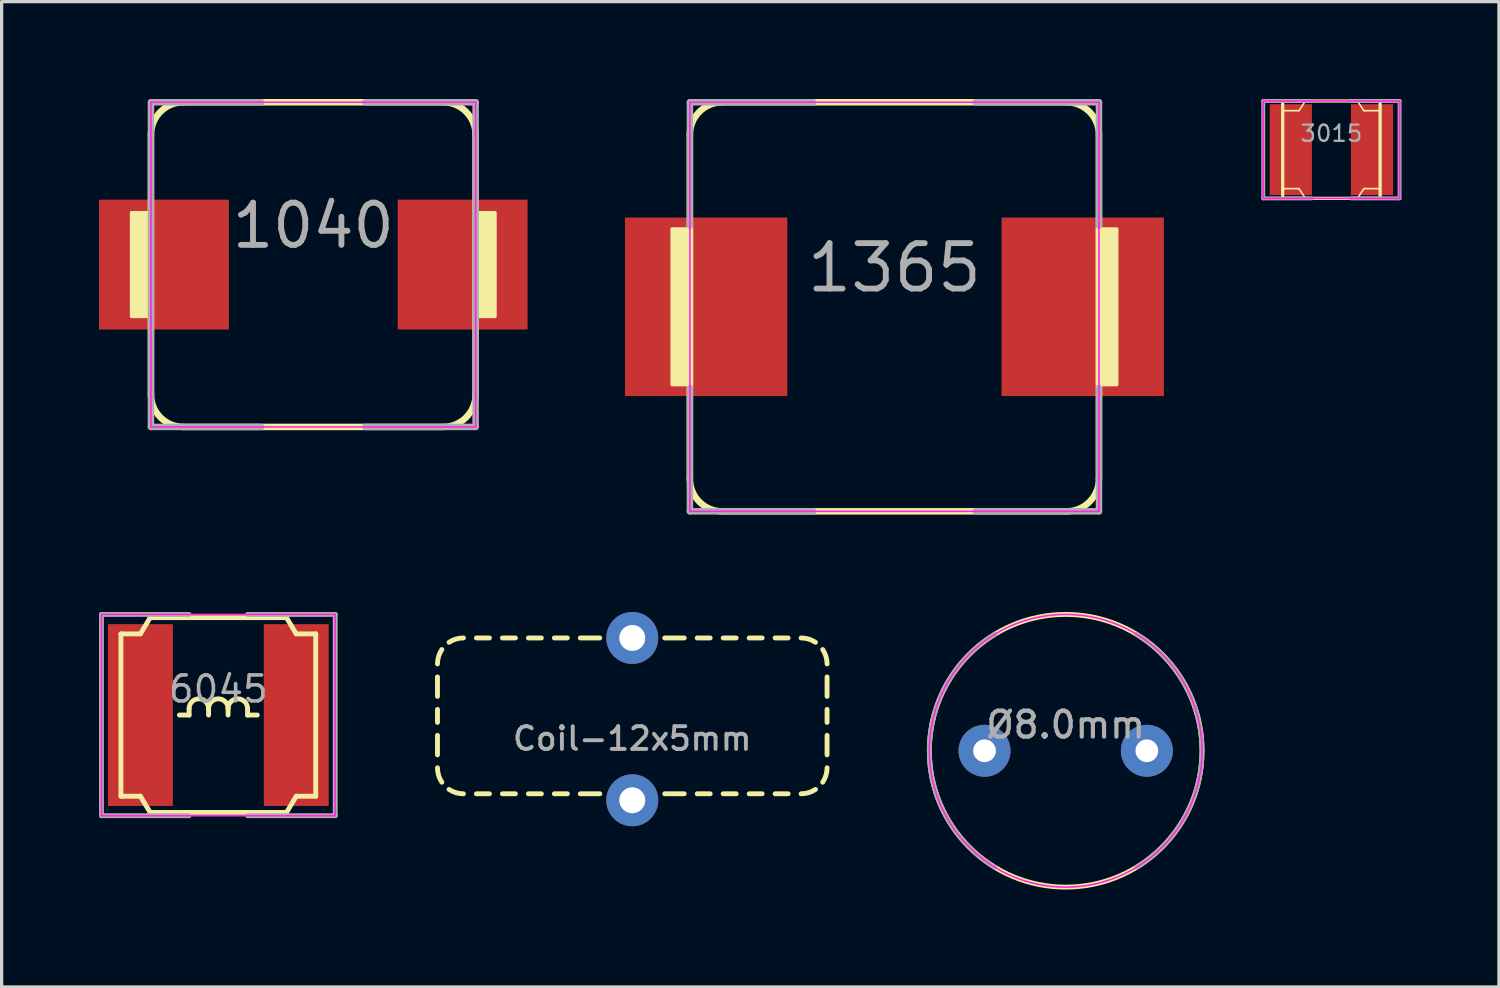
<source format=kicad_pcb>
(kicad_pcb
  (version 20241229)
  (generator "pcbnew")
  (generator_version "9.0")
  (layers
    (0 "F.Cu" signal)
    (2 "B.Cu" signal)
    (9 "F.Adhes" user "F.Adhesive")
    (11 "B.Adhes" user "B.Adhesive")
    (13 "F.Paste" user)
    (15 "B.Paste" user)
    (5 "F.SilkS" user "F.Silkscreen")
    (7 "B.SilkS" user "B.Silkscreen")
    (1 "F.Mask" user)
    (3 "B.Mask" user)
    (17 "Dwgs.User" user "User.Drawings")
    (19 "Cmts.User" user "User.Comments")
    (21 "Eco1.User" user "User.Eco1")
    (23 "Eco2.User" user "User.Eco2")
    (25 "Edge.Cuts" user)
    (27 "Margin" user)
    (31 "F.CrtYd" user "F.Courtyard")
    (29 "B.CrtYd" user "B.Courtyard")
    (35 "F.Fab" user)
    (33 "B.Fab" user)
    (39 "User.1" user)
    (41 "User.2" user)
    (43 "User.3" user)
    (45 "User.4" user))
  (footprint "Coil-12x5mm"
    (layer "F.Cu")
    (at 16.425 19)
    (property "Reference" "Coil-12x5mm" (at 0 0.7 0) (unlocked yes) (layer "F.Fab") (effects (font (size 0.7 0.7) (thickness 0.12) (bold yes))))
    (attr smd)
    (fp_line (start -6 -0.6) (end -6 -1.2) (stroke (width 0.15) (type default)) (layer "F.SilkS"))
    (fp_line (start -6 0.2) (end -6 -0.2) (stroke (width 0.15) (type default)) (layer "F.SilkS"))
    (fp_line (start -6 1.2) (end -6 0.6) (stroke (width 0.15) (type default)) (layer "F.SilkS"))
    (fp_line (start -4.4 -2.4) (end -4.8 -2.4) (stroke (width 0.15) (type default)) (layer "F.SilkS"))
    (fp_line (start -4.4 2.4) (end -4.8 2.4) (stroke (width 0.15) (type default)) (layer "F.SilkS"))
    (fp_line (start -3.6 -2.4) (end -4 -2.4) (stroke (width 0.15) (type default)) (layer "F.SilkS"))
    (fp_line (start -3.6 2.4) (end -4 2.4) (stroke (width 0.15) (type default)) (layer "F.SilkS"))
    (fp_line (start -2.8 -2.4) (end -3.2 -2.4) (stroke (width 0.15) (type default)) (layer "F.SilkS"))
    (fp_line (start -2.8 2.4) (end -3.2 2.4) (stroke (width 0.15) (type default)) (layer "F.SilkS"))
    (fp_line (start -2 -2.4) (end -2.4 -2.4) (stroke (width 0.15) (type default)) (layer "F.SilkS"))
    (fp_line (start -2 2.4) (end -2.4 2.4) (stroke (width 0.15) (type default)) (layer "F.SilkS"))
    (fp_line (start -1 -2.4) (end -1.6 -2.4) (stroke (width 0.15) (type default)) (layer "F.SilkS"))
    (fp_line (start -1 2.4) (end -1.6 2.4) (stroke (width 0.15) (type default)) (layer "F.SilkS"))
    (fp_line (start 1 -2.4) (end 1.6 -2.4) (stroke (width 0.15) (type default)) (layer "F.SilkS"))
    (fp_line (start 1 2.4) (end 1.6 2.4) (stroke (width 0.15) (type default)) (layer "F.SilkS"))
    (fp_line (start 2 -2.4) (end 2.4 -2.4) (stroke (width 0.15) (type default)) (layer "F.SilkS"))
    (fp_line (start 2 2.4) (end 2.4 2.4) (stroke (width 0.15) (type default)) (layer "F.SilkS"))
    (fp_line (start 2.8 -2.4) (end 3.2 -2.4) (stroke (width 0.15) (type default)) (layer "F.SilkS"))
    (fp_line (start 2.8 2.4) (end 3.2 2.4) (stroke (width 0.15) (type default)) (layer "F.SilkS"))
    (fp_line (start 3.6 -2.4) (end 4 -2.4) (stroke (width 0.15) (type default)) (layer "F.SilkS"))
    (fp_line (start 3.6 2.4) (end 4 2.4) (stroke (width 0.15) (type default)) (layer "F.SilkS"))
    (fp_line (start 4.4 -2.4) (end 4.8 -2.4) (stroke (width 0.15) (type default)) (layer "F.SilkS"))
    (fp_line (start 4.4 2.4) (end 4.8 2.4) (stroke (width 0.15) (type default)) (layer "F.SilkS"))
    (fp_line (start 6 -1.2) (end 6 -0.6) (stroke (width 0.15) (type default)) (layer "F.SilkS"))
    (fp_line (start 6 -0.2) (end 6 0.2) (stroke (width 0.15) (type default)) (layer "F.SilkS"))
    (fp_line (start 6 0.6) (end 6 1.2) (stroke (width 0.15) (type default)) (layer "F.SilkS"))
    (fp_arc (start -6 -1.6) (mid -5.965673 -1.831827) (end -5.86564 -2.04376) (stroke (width 0.15) (type default)) (layer "F.SilkS"))
    (fp_arc (start -5.865641 2.04376) (mid -5.965675 1.831827) (end -6.000001 1.6) (stroke (width 0.15) (type default)) (layer "F.SilkS"))
    (fp_arc (start -5.64376 -2.26564) (mid -5.431827 -2.365674) (end -5.2 -2.4) (stroke (width 0.15) (type default)) (layer "F.SilkS"))
    (fp_arc (start -5.200001 2.4) (mid -5.431828 2.365673) (end -5.643761 2.26564) (stroke (width 0.15) (type default)) (layer "F.SilkS"))
    (fp_arc (start 5.200001 -2.4) (mid 5.431828 -2.365673) (end 5.643761 -2.26564) (stroke (width 0.15) (type default)) (layer "F.SilkS"))
    (fp_arc (start 5.64376 2.26564) (mid 5.431827 2.365674) (end 5.2 2.4) (stroke (width 0.15) (type default)) (layer "F.SilkS"))
    (fp_arc (start 5.865641 -2.04376) (mid 5.965675 -1.831827) (end 6.000001 -1.6) (stroke (width 0.15) (type default)) (layer "F.SilkS"))
    (fp_arc (start 6 1.6) (mid 5.965673 1.831827) (end 5.86564 2.04376) (stroke (width 0.15) (type default)) (layer "F.SilkS"))
    (pad "1" thru_hole circle (at 0 -2.4) (size 1.6 1.6) (drill 0.8) (layers "*.Cu" "*.Mask"))
    (pad "2" thru_hole circle (at 0 2.6) (size 1.6 1.6) (drill 0.8) (layers "*.Cu" "*.Mask")))
  (footprint "6045"
    (layer "F.Cu")
    (at 3.675 18.975)
    (property "Reference" "6045" (at 0 -0.8 0) (layer "F.Fab") (effects (font (size 0.8 0.8) (thickness 0.11))))
    (attr through_hole)
    (fp_line (start -3 -2.5) (end -3 2.5) (stroke (width 0.15) (type solid)) (layer "F.SilkS"))
    (fp_line (start -3 2.5) (end -2.4 2.5) (stroke (width 0.15) (type solid)) (layer "F.SilkS"))
    (fp_line (start -2.4 -2.5) (end -3 -2.5) (stroke (width 0.15) (type solid)) (layer "F.SilkS"))
    (fp_line (start -2.4 -2.5) (end -2.1 -3) (stroke (width 0.15) (type solid)) (layer "F.SilkS"))
    (fp_line (start -2.4 2.5) (end -2.1 3) (stroke (width 0.15) (type solid)) (layer "F.SilkS"))
    (fp_line (start -2.1 3) (end 2.1 3) (stroke (width 0.15) (type solid)) (layer "F.SilkS"))
    (fp_line (start -0.9 -0.2) (end -0.9 0) (stroke (width 0.15) (type solid)) (layer "F.SilkS"))
    (fp_line (start -0.9 -0.1) (end -0.9 0) (stroke (width 0.12) (type solid)) (layer "F.SilkS"))
    (fp_line (start -0.9 0) (end -1.2 0) (stroke (width 0.15) (type solid)) (layer "F.SilkS"))
    (fp_line (start -0.3 -0.2) (end -0.3 0) (stroke (width 0.15) (type solid)) (layer "F.SilkS"))
    (fp_line (start 0.3 -0.2) (end 0.3 0) (stroke (width 0.15) (type solid)) (layer "F.SilkS"))
    (fp_line (start 0.9 -0.2) (end 0.9 0) (stroke (width 0.15) (type solid)) (layer "F.SilkS"))
    (fp_line (start 0.9 0) (end 1.2 0) (stroke (width 0.15) (type solid)) (layer "F.SilkS"))
    (fp_line (start 2.1 -3) (end -2.1 -3) (stroke (width 0.15) (type solid)) (layer "F.SilkS"))
    (fp_line (start 2.4 -2.5) (end 2.1 -3) (stroke (width 0.15) (type solid)) (layer "F.SilkS"))
    (fp_line (start 2.4 2.5) (end 2.1 3) (stroke (width 0.15) (type solid)) (layer "F.SilkS"))
    (fp_line (start 2.4 2.5) (end 3 2.5) (stroke (width 0.15) (type solid)) (layer "F.SilkS"))
    (fp_line (start 3 -2.5) (end 2.4 -2.5) (stroke (width 0.15) (type solid)) (layer "F.SilkS"))
    (fp_line (start 3 2.5) (end 3 -2.5) (stroke (width 0.15) (type solid)) (layer "F.SilkS"))
    (fp_arc (start -0.9 -0.2) (mid -0.6 -0.5) (end -0.3 -0.2) (stroke (width 0.15) (type solid)) (layer "F.SilkS"))
    (fp_arc (start -0.3 -0.2) (mid 0 -0.5) (end 0.3 -0.2) (stroke (width 0.15) (type solid)) (layer "F.SilkS"))
    (fp_arc (start 0.3 -0.2) (mid 0.6 -0.5) (end 0.9 -0.2) (stroke (width 0.15) (type solid)) (layer "F.SilkS"))
    (fp_line (start -3.6 -3.1) (end 3.6 -3.1) (stroke (width 0.05) (type solid)) (layer "F.CrtYd"))
    (fp_line (start -3.6 3.1) (end -3.6 -3.1) (stroke (width 0.05) (type solid)) (layer "F.CrtYd"))
    (fp_line (start 3.6 -3.1) (end 3.6 3.1) (stroke (width 0.05) (type solid)) (layer "F.CrtYd"))
    (fp_line (start 3.6 3.1) (end -3.6 3.1) (stroke (width 0.05) (type solid)) (layer "F.CrtYd"))
    (fp_line (start -3.6 3.1) (end -3.6 -3.1) (stroke (width 0.15) (type solid)) (layer "F.Fab"))
    (fp_line (start -0.9 -3.1) (end -3.6 -3.1) (stroke (width 0.15) (type solid)) (layer "F.Fab"))
    (fp_line (start -0.9 3.1) (end -3.6 3.1) (stroke (width 0.15) (type solid)) (layer "F.Fab"))
    (fp_line (start 3.6 -3.1) (end 0.9 -3.1) (stroke (width 0.15) (type solid)) (layer "F.Fab"))
    (fp_line (start 3.6 3.1) (end 0.9 3.1) (stroke (width 0.15) (type solid)) (layer "F.Fab"))
    (fp_line (start 3.6 3.1) (end 3.6 -3.1) (stroke (width 0.15) (type solid)) (layer "F.Fab"))
    (pad "1" smd rect (at -2.4 0 90) (size 5.6 2) (layers "F.Cu" "F.Mask" "F.Paste"))
    (pad "2" smd rect (at 2.4 0 90) (size 5.6 2) (layers "F.Cu" "F.Mask" "F.Paste")))
  (footprint "Ø8.0mm"
    (layer "F.Cu")
    (at 29.775 20.075)
    (property "Reference" "Ø8.0mm" (at 0 -0.8 0) (layer "F.Fab") (effects (font (size 0.8 0.8) (thickness 0.13))))
    (attr through_hole)
    (fp_circle (center 0 0) (end 4.2 0) (stroke (width 0.15) (type solid)) (fill no) (layer "F.SilkS"))
    (fp_circle (center 0 0) (end 4.2 0) (stroke (width 0.05) (type solid)) (fill no) (layer "F.CrtYd"))
    (fp_arc (start -2.19009 3.583784) (mid -4.2 0) (end -2.19009 -3.583784) (stroke (width 0.15) (type default)) (layer "F.Fab"))
    (fp_arc (start 2.19009 -3.583784) (mid 4.2 0) (end 2.19009 3.583784) (stroke (width 0.15) (type default)) (layer "F.Fab"))
    (pad "1" thru_hole circle (at -2.5 0) (size 1.6 1.6) (drill 0.7) (layers "*.Cu" "*.Mask"))
    (pad "2" thru_hole circle (at 2.5 0) (size 1.6 1.6) (drill 0.7) (layers "*.Cu" "*.Mask")))
  (footprint "3015"
    (layer "F.Cu")
    (at 37.96 1.56)
    (property "Reference" "3015" (at 0 -0.5 0) (layer "F.Fab") (effects (font (size 0.5 0.5) (thickness 0.07))))
    (attr through_hole)
    (fp_line (start -1.5 -1.5) (end -1.5 1.5) (stroke (width 0.1) (type solid)) (layer "F.SilkS"))
    (fp_line (start -1.5 -1.5) (end 1.5 -1.5) (stroke (width 0.1) (type solid)) (layer "F.SilkS"))
    (fp_line (start -1.5 -1.2) (end -1 -1.2) (stroke (width 0.05) (type solid)) (layer "F.SilkS"))
    (fp_line (start -1.5 1.2) (end -1 1.2) (stroke (width 0.05) (type solid)) (layer "F.SilkS"))
    (fp_line (start -1 -1.2) (end -0.8 -1.5) (stroke (width 0.05) (type solid)) (layer "F.SilkS"))
    (fp_line (start -1 1.2) (end -0.8 1.5) (stroke (width 0.05) (type solid)) (layer "F.SilkS"))
    (fp_line (start 1 -1.2) (end 0.8 -1.5) (stroke (width 0.05) (type solid)) (layer "F.SilkS"))
    (fp_line (start 1 -1.2) (end 1.5 -1.2) (stroke (width 0.05) (type solid)) (layer "F.SilkS"))
    (fp_line (start 1 1.2) (end 0.8 1.5) (stroke (width 0.05) (type solid)) (layer "F.SilkS"))
    (fp_line (start 1 1.2) (end 1.5 1.2) (stroke (width 0.05) (type solid)) (layer "F.SilkS"))
    (fp_line (start 1.5 -1.5) (end 1.5 1.5) (stroke (width 0.1) (type solid)) (layer "F.SilkS"))
    (fp_line (start 1.5 1.5) (end -1.5 1.5) (stroke (width 0.1) (type solid)) (layer "F.SilkS"))
    (fp_line (start -2.1 -1.5) (end -2.1 1.5) (stroke (width 0.05) (type solid)) (layer "F.CrtYd"))
    (fp_line (start -2.1 1.5) (end 2.1 1.5) (stroke (width 0.05) (type solid)) (layer "F.CrtYd"))
    (fp_line (start 2.1 -1.5) (end -2.1 -1.5) (stroke (width 0.05) (type solid)) (layer "F.CrtYd"))
    (fp_line (start 2.1 1.5) (end 2.1 -1.5) (stroke (width 0.05) (type solid)) (layer "F.CrtYd"))
    (fp_line (start -2.1 -1.5) (end -2.1 1.5) (stroke (width 0.12) (type solid)) (layer "F.Fab"))
    (fp_line (start -2.1 1.5) (end -0.6 1.5) (stroke (width 0.12) (type solid)) (layer "F.Fab"))
    (fp_line (start -0.6 -1.5) (end -2.1 -1.5) (stroke (width 0.12) (type solid)) (layer "F.Fab"))
    (fp_line (start 0.6 1.5) (end 2.1 1.5) (stroke (width 0.12) (type solid)) (layer "F.Fab"))
    (fp_line (start 2.1 -1.5) (end 0.6 -1.5) (stroke (width 0.12) (type solid)) (layer "F.Fab"))
    (fp_line (start 2.1 1.5) (end 2.1 -1.5) (stroke (width 0.12) (type solid)) (layer "F.Fab"))
    (pad "1" smd rect (at -1.25 0 90) (size 2.8 1.3) (layers "F.Cu" "F.Mask" "F.Paste"))
    (pad "2" smd rect (at 1.25 0 90) (size 2.8 1.3) (layers "F.Cu" "F.Mask" "F.Paste")))
  (footprint "1365"
    (layer "F.Cu")
    (at 24.5 6.4)
    (property "Reference" "1365" (at 0 -1.2 0) (layer "F.Fab") (effects (font (size 1.4 1.4) (thickness 0.18))))
    (attr through_hole)
    (fp_line (start -6.3 -5.3) (end -6.3 5.3) (stroke (width 0.2) (type solid)) (layer "F.SilkS"))
    (fp_line (start -5.3 -6.3) (end 5.3 -6.3) (stroke (width 0.2) (type solid)) (layer "F.SilkS"))
    (fp_line (start -5.3 6.3) (end 5.3 6.3) (stroke (width 0.2) (type solid)) (layer "F.SilkS"))
    (fp_line (start 6.3 -5.3) (end 6.3 5.3) (stroke (width 0.2) (type solid)) (layer "F.SilkS"))
    (fp_rect (start -6.85 -2.4) (end -6.25 2.4) (stroke (width 0.1) (type solid)) (fill yes) (layer "F.SilkS"))
    (fp_rect (start 6.25 -2.4) (end 6.85 2.4) (stroke (width 0.1) (type solid)) (fill yes) (layer "F.SilkS"))
    (fp_arc (start -6.3 -5.3) (mid -6.007107 -6.007107) (end -5.3 -6.3) (stroke (width 0.2) (type default)) (layer "F.SilkS"))
    (fp_arc (start -5.299999 6.299999) (mid -6.007106 6.007106) (end -6.299999 5.299999) (stroke (width 0.2) (type default)) (layer "F.SilkS"))
    (fp_arc (start 5.299999 -6.300001) (mid 6.007106 -6.007108) (end 6.299999 -5.300001) (stroke (width 0.2) (type default)) (layer "F.SilkS"))
    (fp_arc (start 6.3 5.299998) (mid 6.007107 6.007105) (end 5.3 6.299998) (stroke (width 0.2) (type default)) (layer "F.SilkS"))
    (fp_line (start -6.3 6.3) (end -6.3 -6.3) (stroke (width 0.05) (type solid)) (layer "F.CrtYd"))
    (fp_line (start 6.3 -6.3) (end -6.3 -6.3) (stroke (width 0.05) (type solid)) (layer "F.CrtYd"))
    (fp_line (start 6.3 -6.3) (end 6.3 6.3) (stroke (width 0.05) (type solid)) (layer "F.CrtYd"))
    (fp_line (start 6.3 6.3) (end -6.3 6.3) (stroke (width 0.05) (type solid)) (layer "F.CrtYd"))
    (fp_line (start -6.3 -6.3) (end -6.3 -2.5) (stroke (width 0.2) (type solid)) (layer "F.Fab"))
    (fp_line (start -6.3 2.5) (end -6.3 6.3) (stroke (width 0.2) (type solid)) (layer "F.Fab"))
    (fp_line (start -6.3 6.3) (end -2.5 6.3) (stroke (width 0.2) (type solid)) (layer "F.Fab"))
    (fp_line (start -2.5 -6.3) (end -6.3 -6.3) (stroke (width 0.2) (type solid)) (layer "F.Fab"))
    (fp_line (start 2.5 6.3) (end 6.3 6.3) (stroke (width 0.2) (type solid)) (layer "F.Fab"))
    (fp_line (start 6.3 -6.3) (end 2.5 -6.3) (stroke (width 0.2) (type solid)) (layer "F.Fab"))
    (fp_line (start 6.3 -2.5) (end 6.3 -6.3) (stroke (width 0.2) (type solid)) (layer "F.Fab"))
    (fp_line (start 6.3 6.3) (end 6.3 2.5) (stroke (width 0.2) (type solid)) (layer "F.Fab"))
    (pad "1" smd rect (at -5.8 0 90) (size 5.5 5) (layers "F.Cu" "F.Mask" "F.Paste"))
    (pad "2" smd rect (at 5.8 0 90) (size 5.5 5) (layers "F.Cu" "F.Mask" "F.Paste")))
  (footprint "1040"
    (layer "F.Cu")
    (at 6.6 5.1)
    (property "Reference" "1040" (at 0 -1.2 0) (layer "F.Fab") (effects (font (size 1.3 1.3) (thickness 0.18))))
    (attr through_hole)
    (fp_line (start -5 -4) (end -5 4) (stroke (width 0.2) (type solid)) (layer "F.SilkS"))
    (fp_line (start -4 -5) (end 4 -5) (stroke (width 0.2) (type solid)) (layer "F.SilkS"))
    (fp_line (start -4 5) (end 4 5) (stroke (width 0.2) (type solid)) (layer "F.SilkS"))
    (fp_line (start 5 -4) (end 5 4) (stroke (width 0.2) (type solid)) (layer "F.SilkS"))
    (fp_rect (start -5.6 -1.6) (end -5 1.6) (stroke (width 0.1) (type solid)) (fill yes) (layer "F.SilkS"))
    (fp_rect (start 5 -1.6) (end 5.6 1.6) (stroke (width 0.1) (type solid)) (fill yes) (layer "F.SilkS"))
    (fp_arc (start -5 -4) (mid -4.707107 -4.707107) (end -4 -5) (stroke (width 0.2) (type default)) (layer "F.SilkS"))
    (fp_arc (start -4 5) (mid -4.707107 4.707107) (end -5 4) (stroke (width 0.2) (type default)) (layer "F.SilkS"))
    (fp_arc (start 4 -5) (mid 4.707107 -4.707107) (end 5 -4) (stroke (width 0.2) (type default)) (layer "F.SilkS"))
    (fp_arc (start 5 4) (mid 4.707107 4.707107) (end 4 5) (stroke (width 0.2) (type default)) (layer "F.SilkS"))
    (fp_line (start -5 -5) (end -5 5) (stroke (width 0.05) (type solid)) (layer "F.CrtYd"))
    (fp_line (start 5 -5) (end -5 -5) (stroke (width 0.05) (type solid)) (layer "F.CrtYd"))
    (fp_line (start 5 -5) (end 5 5) (stroke (width 0.05) (type solid)) (layer "F.CrtYd"))
    (fp_line (start 5 5) (end -5 5) (stroke (width 0.05) (type solid)) (layer "F.CrtYd"))
    (fp_line (start -5 -5) (end -5 5) (stroke (width 0.2) (type solid)) (layer "F.Fab"))
    (fp_line (start -5 5) (end -1.6 5) (stroke (width 0.2) (type solid)) (layer "F.Fab"))
    (fp_line (start -1.6 -5) (end -5 -5) (stroke (width 0.2) (type solid)) (layer "F.Fab"))
    (fp_line (start 1.6 5) (end 5 5) (stroke (width 0.2) (type solid)) (layer "F.Fab"))
    (fp_line (start 5 -5) (end 1.6 -5) (stroke (width 0.2) (type solid)) (layer "F.Fab"))
    (fp_line (start 5 -5) (end 5 5) (stroke (width 0.2) (type solid)) (layer "F.Fab"))
    (pad "1" smd rect (at -4.6 0 90) (size 4 4) (layers "F.Cu" "F.Mask" "F.Paste"))
    (pad "2" smd rect (at 4.6 0 90) (size 4 4) (layers "F.Cu" "F.Mask" "F.Paste")))
  (gr_rect
    (start -3 -3)
    (end 43.12 27.35)
    (stroke (width 0.1) (type default))
    (fill no)
    (layer "Edge.Cuts")))
</source>
